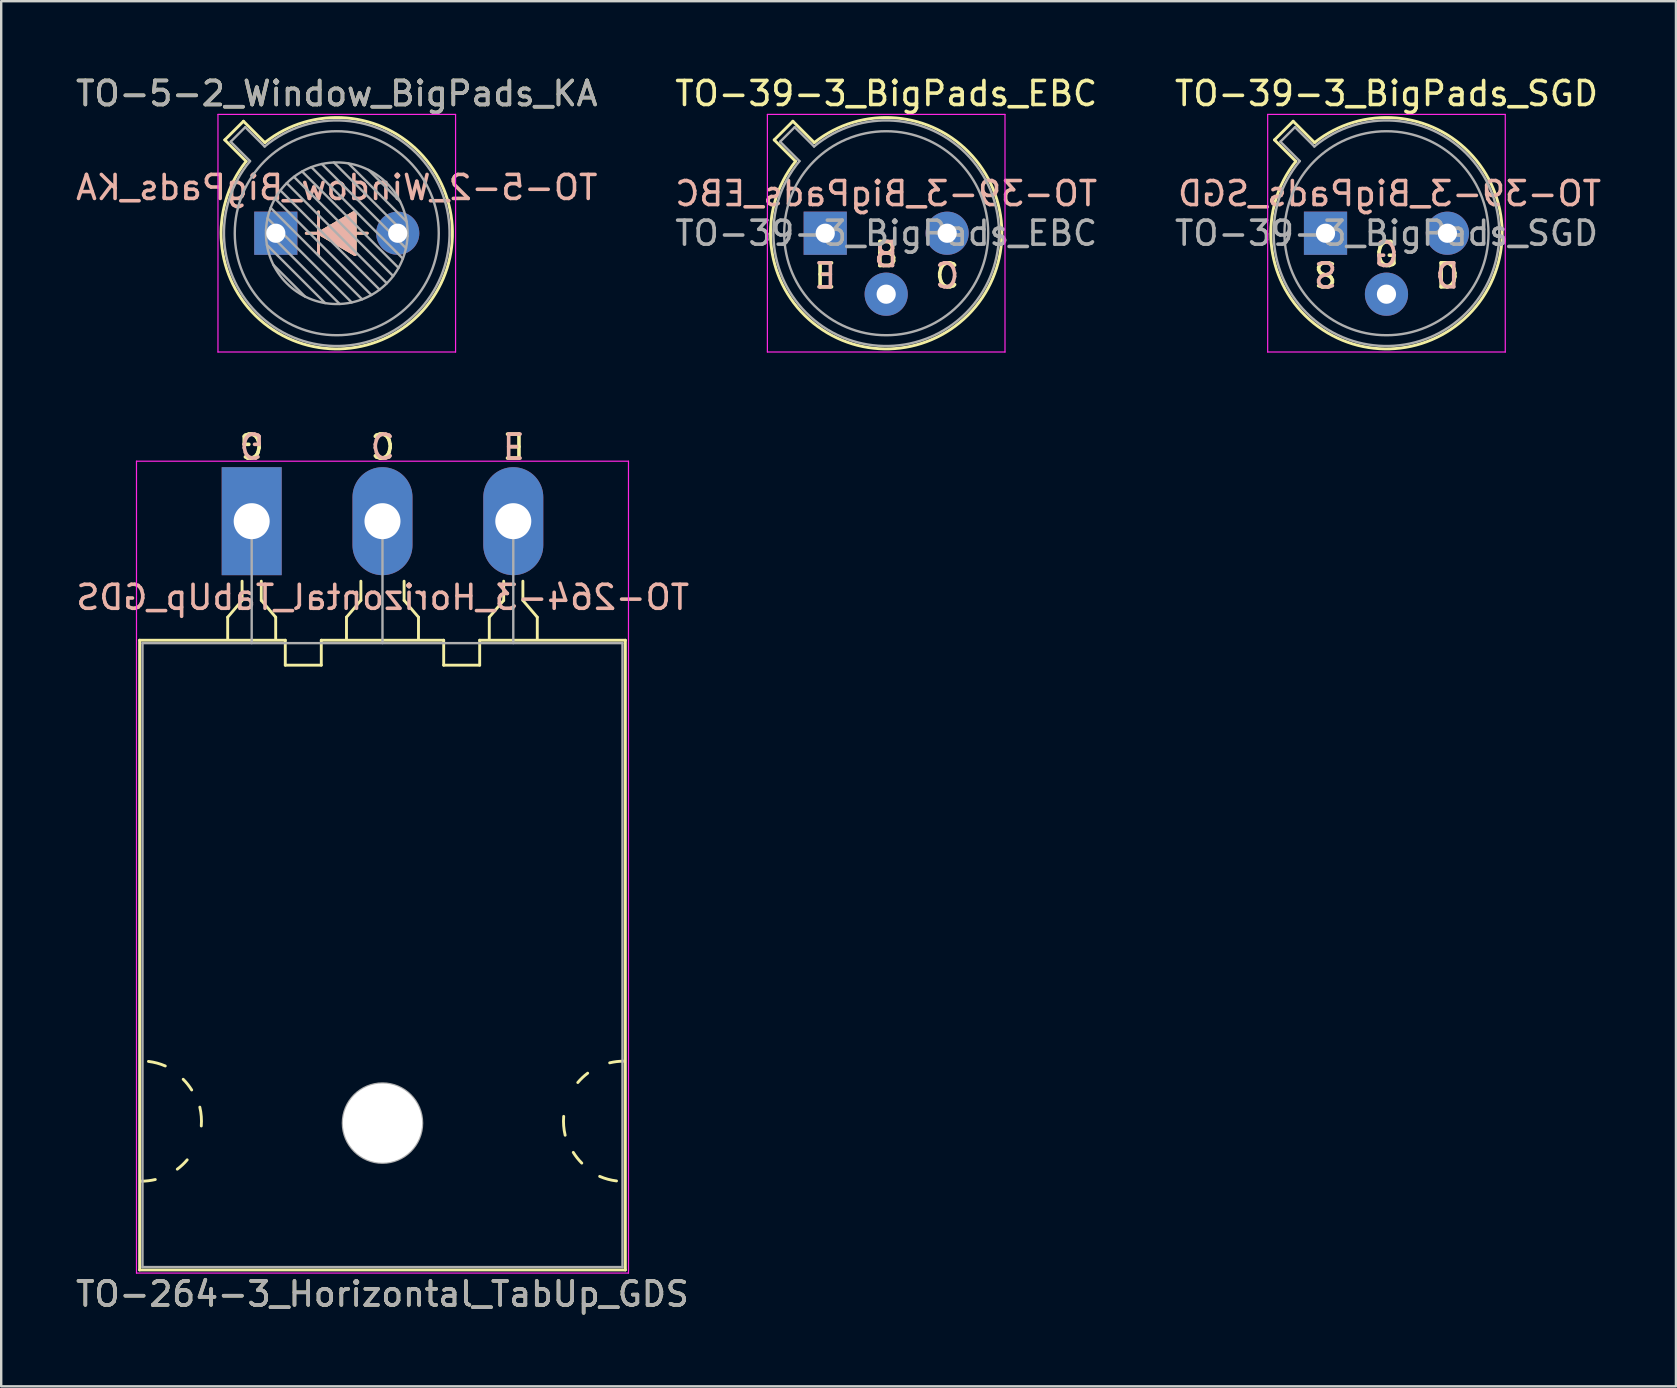
<source format=kicad_pcb>
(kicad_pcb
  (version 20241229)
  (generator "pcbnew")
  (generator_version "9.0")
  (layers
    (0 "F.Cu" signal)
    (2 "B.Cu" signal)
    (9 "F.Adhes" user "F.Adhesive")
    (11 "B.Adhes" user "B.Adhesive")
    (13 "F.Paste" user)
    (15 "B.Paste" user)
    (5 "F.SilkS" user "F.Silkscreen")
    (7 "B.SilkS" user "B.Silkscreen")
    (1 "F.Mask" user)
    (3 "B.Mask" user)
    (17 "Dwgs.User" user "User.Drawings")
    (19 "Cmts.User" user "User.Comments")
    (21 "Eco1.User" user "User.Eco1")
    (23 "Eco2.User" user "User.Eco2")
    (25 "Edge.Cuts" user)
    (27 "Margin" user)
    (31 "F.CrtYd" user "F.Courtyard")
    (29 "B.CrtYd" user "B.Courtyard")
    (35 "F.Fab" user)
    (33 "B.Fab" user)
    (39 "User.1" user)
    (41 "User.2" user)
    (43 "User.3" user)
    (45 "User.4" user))
  (footprint "TO-264-3_Horizontal_TabUp_GDS"
    (layer "F.Cu")
    (at 7.437 18.666)
    (property "Reference" "TO-264-3_Horizontal_TabUp_GDS" (at 5.45 32.2 0) (layer "F.SilkS") (effects (font (size 1 1) (thickness 0.15))))
    (fp_line (start -4.67 31.2) (end -4.67 4.96) (stroke (width 0.12) (type solid)) (layer "F.SilkS"))
    (fp_line (start -1 4) (end -1 4.9) (stroke (width 0.12) (type solid)) (layer "F.SilkS"))
    (fp_line (start -0.4 2.5) (end -0.4 3.3) (stroke (width 0.12) (type solid)) (layer "F.SilkS"))
    (fp_line (start -0.4 3.3) (end -1 4) (stroke (width 0.12) (type solid)) (layer "F.SilkS"))
    (fp_line (start 0.4 3.3) (end 0.4 2.5) (stroke (width 0.12) (type solid)) (layer "F.SilkS"))
    (fp_line (start 1 4) (end 0.4 3.3) (stroke (width 0.12) (type solid)) (layer "F.SilkS"))
    (fp_line (start 1 4.9) (end 1 4) (stroke (width 0.12) (type solid)) (layer "F.SilkS"))
    (fp_line (start 1.4 4.96) (end -4.67 4.96) (stroke (width 0.12) (type solid)) (layer "F.SilkS"))
    (fp_line (start 1.4 4.96) (end 1.4 6) (stroke (width 0.12) (type solid)) (layer "F.SilkS"))
    (fp_line (start 1.4 6) (end 2.9 6) (stroke (width 0.12) (type solid)) (layer "F.SilkS"))
    (fp_line (start 2.9 6) (end 2.9 4.96) (stroke (width 0.12) (type solid)) (layer "F.SilkS"))
    (fp_line (start 3.95 4) (end 3.95 4.9) (stroke (width 0.12) (type solid)) (layer "F.SilkS"))
    (fp_line (start 4.55 2.5) (end 4.55 3.3) (stroke (width 0.12) (type solid)) (layer "F.SilkS"))
    (fp_line (start 4.55 3.3) (end 3.95 4) (stroke (width 0.12) (type solid)) (layer "F.SilkS"))
    (fp_line (start 6.35 3.3) (end 6.35 2.5) (stroke (width 0.12) (type solid)) (layer "F.SilkS"))
    (fp_line (start 6.95 4) (end 6.35 3.3) (stroke (width 0.12) (type solid)) (layer "F.SilkS"))
    (fp_line (start 6.95 4.9) (end 6.95 4) (stroke (width 0.12) (type solid)) (layer "F.SilkS"))
    (fp_line (start 8 4.96) (end 2.9 4.96) (stroke (width 0.12) (type solid)) (layer "F.SilkS"))
    (fp_line (start 8 6) (end 8 4.96) (stroke (width 0.12) (type solid)) (layer "F.SilkS"))
    (fp_line (start 9.5 4.96) (end 9.5 6) (stroke (width 0.12) (type solid)) (layer "F.SilkS"))
    (fp_line (start 9.5 6) (end 8 6) (stroke (width 0.12) (type solid)) (layer "F.SilkS"))
    (fp_line (start 9.9 4) (end 9.9 4.9) (stroke (width 0.12) (type solid)) (layer "F.SilkS"))
    (fp_line (start 10.5 2.5) (end 10.5 3.3) (stroke (width 0.12) (type solid)) (layer "F.SilkS"))
    (fp_line (start 10.5 3.3) (end 9.9 4) (stroke (width 0.12) (type solid)) (layer "F.SilkS"))
    (fp_line (start 11.3 3.3) (end 11.3 2.5) (stroke (width 0.12) (type solid)) (layer "F.SilkS"))
    (fp_line (start 11.9 4) (end 11.3 3.3) (stroke (width 0.12) (type solid)) (layer "F.SilkS"))
    (fp_line (start 11.9 4.9) (end 11.9 4) (stroke (width 0.12) (type solid)) (layer "F.SilkS"))
    (fp_line (start 15.57 4.96) (end 9.5 4.96) (stroke (width 0.12) (type solid)) (layer "F.SilkS"))
    (fp_line (start 15.57 31.2) (end -4.67 31.2) (stroke (width 0.12) (type solid)) (layer "F.SilkS"))
    (fp_line (start 15.57 31.2) (end 15.57 4.96) (stroke (width 0.12) (type solid)) (layer "F.SilkS"))
    (fp_arc (start -4.301186 22.509879) (mid -3.943673 22.579416) (end -3.600001 22.700001) (stroke (width 0.12) (type solid)) (layer "F.SilkS"))
    (fp_arc (start -4.016568 27.430968) (mid -4.306249 27.482682) (end -4.6 27.5) (stroke (width 0.12) (type solid)) (layer "F.SilkS"))
    (fp_arc (start -2.853576 23.253576) (mid -2.663879 23.466564) (end -2.500001 23.700001) (stroke (width 0.12) (type solid)) (layer "F.SilkS"))
    (fp_arc (start -2.687722 26.610338) (mid -2.882773 26.8169) (end -3.1 26.999999) (stroke (width 0.12) (type solid)) (layer "F.SilkS"))
    (fp_arc (start -2.161266 24.414703) (mid -2.099611 24.804931) (end -2.100001 25.199999) (stroke (width 0.12) (type solid)) (layer "F.SilkS"))
    (fp_arc (start 13.061266 25.585297) (mid 12.999611 25.195069) (end 13.000001 24.800001) (stroke (width 0.12) (type solid)) (layer "F.SilkS"))
    (fp_arc (start 13.587722 23.389662) (mid 13.782773 23.1831) (end 14 23.000001) (stroke (width 0.12) (type solid)) (layer "F.SilkS"))
    (fp_arc (start 13.753576 26.746424) (mid 13.563879 26.533436) (end 13.400001 26.299999) (stroke (width 0.12) (type solid)) (layer "F.SilkS"))
    (fp_arc (start 14.916568 22.569032) (mid 15.206249 22.517318) (end 15.5 22.5) (stroke (width 0.12) (type solid)) (layer "F.SilkS"))
    (fp_arc (start 15.201186 27.490121) (mid 14.843673 27.420584) (end 14.500001 27.299999) (stroke (width 0.12) (type solid)) (layer "F.SilkS"))
    (fp_line (start -4.8 -2.5) (end -4.8 31.33) (stroke (width 0.05) (type solid)) (layer "F.CrtYd"))
    (fp_line (start -4.8 31.33) (end 15.7 31.33) (stroke (width 0.05) (type solid)) (layer "F.CrtYd"))
    (fp_line (start 15.7 -2.5) (end -4.8 -2.5) (stroke (width 0.05) (type solid)) (layer "F.CrtYd"))
    (fp_line (start 15.7 31.33) (end 15.7 -2.5) (stroke (width 0.05) (type solid)) (layer "F.CrtYd"))
    (fp_line (start -4.55 5.08) (end -4.55 31.08) (stroke (width 0.1) (type solid)) (layer "F.Fab"))
    (fp_line (start -4.55 31.08) (end 15.45 31.08) (stroke (width 0.1) (type solid)) (layer "F.Fab"))
    (fp_line (start 0 5.08) (end 0 0) (stroke (width 0.1) (type solid)) (layer "F.Fab"))
    (fp_line (start 5.45 5.08) (end 5.45 0) (stroke (width 0.1) (type solid)) (layer "F.Fab"))
    (fp_line (start 10.9 5.08) (end 10.9 0) (stroke (width 0.1) (type solid)) (layer "F.Fab"))
    (fp_line (start 15.45 5.08) (end -4.55 5.08) (stroke (width 0.1) (type solid)) (layer "F.Fab"))
    (fp_line (start 15.45 31.08) (end 15.45 5.08) (stroke (width 0.1) (type solid)) (layer "F.Fab"))
    (fp_circle (center 5.45 25.08) (end 7.1 25.08) (stroke (width 0.1) (type solid)) (fill no) (layer "F.Fab"))
    (fp_text user "C" (at 5.461 -3.175 180) (unlocked yes) (layer "F.SilkS") (effects (font (size 1 1) (thickness 0.15))))
    (fp_text user "E" (at 10.922 -3.175 180) (unlocked yes) (layer "F.SilkS") (effects (font (size 1 1) (thickness 0.15))))
    (fp_text user "G" (at 0 -3.175 180) (unlocked yes) (layer "F.SilkS") (effects (font (size 1 1) (thickness 0.15))))
    (fp_text user "${REFERENCE}" (at 5.461 3.175 0) (layer "B.SilkS") (effects (font (size 1 1) (thickness 0.15)) (justify mirror)))
    (fp_text user "E" (at 10.922 -3.175 180) (unlocked yes) (layer "B.SilkS") (effects (font (size 1 1) (thickness 0.15)) (justify mirror)))
    (fp_text user "C" (at 5.461 -3.175 180) (unlocked yes) (layer "B.SilkS") (effects (font (size 1 1) (thickness 0.15)) (justify mirror)))
    (fp_text user "G" (at 0 -3.175 180) (unlocked yes) (layer "B.SilkS") (effects (font (size 1 1) (thickness 0.15)) (justify mirror)))
    (fp_text user "${REFERENCE}" (at 5.45 32.2 0) (layer "F.Fab") (effects (font (size 1 1) (thickness 0.15))))
    (pad "" np_thru_hole oval (at 5.45 25.08) (size 3.3 3.3) (drill 3.3) (layers "*.Cu" "*.Mask"))
    (pad "1" thru_hole rect (at 0 0) (size 2.5 4.5) (drill 1.5) (layers "*.Cu" "*.Mask"))
    (pad "2" thru_hole oval (at 5.45 0) (size 2.5 4.5) (drill 1.5) (layers "*.Cu" "*.Mask"))
    (pad "3" thru_hole oval (at 10.9 0) (size 2.5 4.5) (drill 1.5) (layers "*.Cu" "*.Mask")))
  (footprint "TO-39-3_BigPads_EBC"
    (layer "F.Cu")
    (at 31.335 6.668)
    (property "Reference" "TO-39-3_BigPads_EBC" (at 2.54 -5.82 0) (layer "F.SilkS") (effects (font (size 1 1) (thickness 0.15))))
    (attr through_hole)
    (fp_line (start -2.126 -3.888) (end -1.235 -2.997) (stroke (width 0.12) (type solid)) (layer "F.SilkS"))
    (fp_line (start -1.348 -4.666) (end -2.126 -3.888) (stroke (width 0.12) (type solid)) (layer "F.SilkS"))
    (fp_line (start -0.457 -3.775) (end -1.348 -4.666) (stroke (width 0.12) (type solid)) (layer "F.SilkS"))
    (fp_arc (start -0.457084 -3.774902) (mid 5.948125 3.408384) (end -1.234674 -2.997371) (stroke (width 0.12) (type solid)) (layer "F.SilkS"))
    (fp_line (start -2.41 -4.95) (end -2.41 4.95) (stroke (width 0.05) (type solid)) (layer "F.CrtYd"))
    (fp_line (start -2.41 4.95) (end 7.49 4.95) (stroke (width 0.05) (type solid)) (layer "F.CrtYd"))
    (fp_line (start 7.49 -4.95) (end -2.41 -4.95) (stroke (width 0.05) (type solid)) (layer "F.CrtYd"))
    (fp_line (start 7.49 4.95) (end 7.49 -4.95) (stroke (width 0.05) (type solid)) (layer "F.CrtYd"))
    (fp_line (start -1.88 -3.812) (end -1.074 -3.005) (stroke (width 0.1) (type solid)) (layer "F.Fab"))
    (fp_line (start -1.272 -4.42) (end -1.88 -3.812) (stroke (width 0.1) (type solid)) (layer "F.Fab"))
    (fp_line (start -0.465 -3.614) (end -1.272 -4.42) (stroke (width 0.1) (type solid)) (layer "F.Fab"))
    (fp_arc (start -0.465408 -3.61352) (mid 5.863443 3.323361) (end -1.073594 -3.005319) (stroke (width 0.1) (type solid)) (layer "F.Fab"))
    (fp_circle (center 2.54 0) (end 6.79 0) (stroke (width 0.1) (type solid)) (fill no) (layer "F.Fab"))
    (fp_text user "E" (at 0 1.778 0) (unlocked yes) (layer "F.SilkS") (effects (font (size 1 1) (thickness 0.15))))
    (fp_text user "B" (at 2.54 0.889 0) (unlocked yes) (layer "F.SilkS") (effects (font (size 1 1) (thickness 0.15))))
    (fp_text user "C" (at 5.08 1.778 0) (unlocked yes) (layer "F.SilkS") (effects (font (size 1 1) (thickness 0.15))))
    (fp_text user "E" (at 0 1.778 0) (unlocked yes) (layer "B.SilkS") (effects (font (size 1 1) (thickness 0.15)) (justify mirror)))
    (fp_text user "B" (at 2.54 0.889 0) (unlocked yes) (layer "B.SilkS") (effects (font (size 1 1) (thickness 0.15)) (justify mirror)))
    (fp_text user "C" (at 5.08 1.778 0) (unlocked yes) (layer "B.SilkS") (effects (font (size 1 1) (thickness 0.15)) (justify mirror)))
    (fp_text user "${REFERENCE}" (at 2.54 -1.651 0) (layer "B.SilkS") (effects (font (size 1 1) (thickness 0.15)) (justify mirror)))
    (fp_text user "${REFERENCE}" (at 2.54 0 0) (layer "F.Fab") (effects (font (size 1 1) (thickness 0.15))))
    (pad "1" thru_hole rect (at 0 0) (size 1.8 1.8) (drill 0.8) (layers "*.Cu" "*.Mask"))
    (pad "2" thru_hole oval (at 2.54 2.54) (size 1.8 1.8) (drill 0.8) (layers "*.Cu" "*.Mask"))
    (pad "3" thru_hole oval (at 5.08 0) (size 1.8 1.8) (drill 0.8) (layers "*.Cu" "*.Mask")))
  (footprint "TO-39-3_BigPads_SGD"
    (layer "F.Cu")
    (at 52.18 6.668)
    (property "Reference" "TO-39-3_BigPads_SGD" (at 2.54 -5.82 0) (layer "F.SilkS") (effects (font (size 1 1) (thickness 0.15))))
    (attr through_hole)
    (fp_line (start -2.126 -3.888) (end -1.235 -2.997) (stroke (width 0.12) (type solid)) (layer "F.SilkS"))
    (fp_line (start -1.348 -4.666) (end -2.126 -3.888) (stroke (width 0.12) (type solid)) (layer "F.SilkS"))
    (fp_line (start -0.457 -3.775) (end -1.348 -4.666) (stroke (width 0.12) (type solid)) (layer "F.SilkS"))
    (fp_arc (start -0.457084 -3.774902) (mid 5.948125 3.408384) (end -1.234674 -2.997371) (stroke (width 0.12) (type solid)) (layer "F.SilkS"))
    (fp_line (start -2.41 -4.95) (end -2.41 4.95) (stroke (width 0.05) (type solid)) (layer "F.CrtYd"))
    (fp_line (start -2.41 4.95) (end 7.49 4.95) (stroke (width 0.05) (type solid)) (layer "F.CrtYd"))
    (fp_line (start 7.49 -4.95) (end -2.41 -4.95) (stroke (width 0.05) (type solid)) (layer "F.CrtYd"))
    (fp_line (start 7.49 4.95) (end 7.49 -4.95) (stroke (width 0.05) (type solid)) (layer "F.CrtYd"))
    (fp_line (start -1.88 -3.812) (end -1.074 -3.005) (stroke (width 0.1) (type solid)) (layer "F.Fab"))
    (fp_line (start -1.272 -4.42) (end -1.88 -3.812) (stroke (width 0.1) (type solid)) (layer "F.Fab"))
    (fp_line (start -0.465 -3.614) (end -1.272 -4.42) (stroke (width 0.1) (type solid)) (layer "F.Fab"))
    (fp_arc (start -0.465408 -3.61352) (mid 5.863443 3.323361) (end -1.073594 -3.005319) (stroke (width 0.1) (type solid)) (layer "F.Fab"))
    (fp_circle (center 2.54 0) (end 6.79 0) (stroke (width 0.1) (type solid)) (fill no) (layer "F.Fab"))
    (fp_text user "S" (at 0 1.778 0) (unlocked yes) (layer "F.SilkS") (effects (font (size 1 1) (thickness 0.15))))
    (fp_text user "D" (at 5.08 1.778 0) (unlocked yes) (layer "F.SilkS") (effects (font (size 1 1) (thickness 0.15))))
    (fp_text user "G" (at 2.54 0.889 0) (unlocked yes) (layer "F.SilkS") (effects (font (size 1 1) (thickness 0.15))))
    (fp_text user "${REFERENCE}" (at 2.667 -1.651 0) (layer "B.SilkS") (effects (font (size 1 1) (thickness 0.15)) (justify mirror)))
    (fp_text user "S" (at 0 1.778 0) (unlocked yes) (layer "B.SilkS") (effects (font (size 1 1) (thickness 0.15)) (justify mirror)))
    (fp_text user "G" (at 2.54 0.889 0) (unlocked yes) (layer "B.SilkS") (effects (font (size 1 1) (thickness 0.15)) (justify mirror)))
    (fp_text user "D" (at 5.08 1.778 0) (unlocked yes) (layer "B.SilkS") (effects (font (size 1 1) (thickness 0.15)) (justify mirror)))
    (fp_text user "${REFERENCE}" (at 2.54 0 0) (layer "F.Fab") (effects (font (size 1 1) (thickness 0.15))))
    (pad "1" thru_hole rect (at 0 0) (size 1.8 1.8) (drill 0.8) (layers "*.Cu" "*.Mask"))
    (pad "2" thru_hole oval (at 2.54 2.54) (size 1.8 1.8) (drill 0.8) (layers "*.Cu" "*.Mask"))
    (pad "3" thru_hole oval (at 5.08 0) (size 1.8 1.8) (drill 0.8) (layers "*.Cu" "*.Mask")))
  (footprint "TO-5-2_Window_BigPads_KA"
    (layer "F.Cu")
    (at 8.442 6.668)
    (property "Reference" "TO-5-2_Window_BigPads_KA" (at 2.54 -5.82 0) (layer "F.SilkS") (effects (font (size 1 1) (thickness 0.15))))
    (attr through_hole)
    (fp_line (start -2.126 -3.888) (end -1.235 -2.997) (stroke (width 0.12) (type solid)) (layer "F.SilkS"))
    (fp_line (start -1.348 -4.666) (end -2.126 -3.888) (stroke (width 0.12) (type solid)) (layer "F.SilkS"))
    (fp_line (start -0.457 -3.775) (end -1.348 -4.666) (stroke (width 0.12) (type solid)) (layer "F.SilkS"))
    (fp_line (start 1.778 0) (end 3.302 -0.889) (stroke (width 0.12) (type solid)) (layer "F.SilkS"))
    (fp_line (start 1.778 0.889) (end 1.778 -0.889) (stroke (width 0.12) (type solid)) (layer "F.SilkS"))
    (fp_line (start 1.905 0) (end 1.27 0) (stroke (width 0.12) (type solid)) (layer "F.SilkS"))
    (fp_line (start 3.302 -0.889) (end 3.302 0.889) (stroke (width 0.12) (type solid)) (layer "F.SilkS"))
    (fp_line (start 3.302 0.889) (end 1.778 0) (stroke (width 0.12) (type solid)) (layer "F.SilkS"))
    (fp_line (start 3.81 0) (end 3.302 0) (stroke (width 0.12) (type solid)) (layer "F.SilkS"))
    (fp_arc (start -0.457084 -3.774902) (mid 5.948125 3.408384) (end -1.234674 -2.997371) (stroke (width 0.12) (type solid)) (layer "F.SilkS"))
    (fp_poly (pts (xy 1.778 0) (xy 3.302 -0.889) (xy 3.302 0.889)) (stroke (width 0.1) (type solid)) (fill yes) (layer "F.SilkS"))
    (fp_line (start 1.778 -0.889) (end 1.778 0.889) (stroke (width 0.12) (type solid)) (layer "B.SilkS"))
    (fp_line (start 1.778 0) (end 3.302 0.889) (stroke (width 0.12) (type solid)) (layer "B.SilkS"))
    (fp_line (start 1.905 0) (end 1.27 0) (stroke (width 0.12) (type solid)) (layer "B.SilkS"))
    (fp_line (start 3.302 -0.889) (end 1.778 0) (stroke (width 0.12) (type solid)) (layer "B.SilkS"))
    (fp_line (start 3.302 0.889) (end 3.302 -0.889) (stroke (width 0.12) (type solid)) (layer "B.SilkS"))
    (fp_line (start 3.81 0) (end 3.175 0) (stroke (width 0.12) (type solid)) (layer "B.SilkS"))
    (fp_poly (pts (xy 1.778 0) (xy 3.302 0.889) (xy 3.302 -0.889)) (stroke (width 0.1) (type solid)) (fill yes) (layer "B.SilkS"))
    (fp_line (start -2.41 -4.95) (end -2.41 4.95) (stroke (width 0.05) (type solid)) (layer "F.CrtYd"))
    (fp_line (start -2.41 4.95) (end 7.49 4.95) (stroke (width 0.05) (type solid)) (layer "F.CrtYd"))
    (fp_line (start 7.49 -4.95) (end -2.41 -4.95) (stroke (width 0.05) (type solid)) (layer "F.CrtYd"))
    (fp_line (start 7.49 4.95) (end 7.49 -4.95) (stroke (width 0.05) (type solid)) (layer "F.CrtYd"))
    (fp_line (start -1.88 -3.812) (end -1.074 -3.005) (stroke (width 0.1) (type solid)) (layer "F.Fab"))
    (fp_line (start -1.272 -4.42) (end -1.88 -3.812) (stroke (width 0.1) (type solid)) (layer "F.Fab"))
    (fp_line (start -0.465 -3.614) (end -1.272 -4.42) (stroke (width 0.1) (type solid)) (layer "F.Fab"))
    (fp_line (start -0.408 -0.12) (end 2.66 2.948) (stroke (width 0.1) (type solid)) (layer "F.Fab"))
    (fp_line (start -0.371 0.485) (end 2.055 2.911) (stroke (width 0.1) (type solid)) (layer "F.Fab"))
    (fp_line (start -0.344 -0.622) (end 3.162 2.884) (stroke (width 0.1) (type solid)) (layer "F.Fab"))
    (fp_line (start -0.215 -1.058) (end 3.598 2.755) (stroke (width 0.1) (type solid)) (layer "F.Fab"))
    (fp_line (start -0.097 1.324) (end 1.216 2.637) (stroke (width 0.1) (type solid)) (layer "F.Fab"))
    (fp_line (start -0.034 -1.443) (end 3.983 2.574) (stroke (width 0.1) (type solid)) (layer "F.Fab"))
    (fp_line (start 0.19 -1.784) (end 4.324 2.35) (stroke (width 0.1) (type solid)) (layer "F.Fab"))
    (fp_line (start 0.454 -2.086) (end 4.626 2.086) (stroke (width 0.1) (type solid)) (layer "F.Fab"))
    (fp_line (start 0.756 -2.35) (end 4.89 1.784) (stroke (width 0.1) (type solid)) (layer "F.Fab"))
    (fp_line (start 1.097 -2.574) (end 5.114 1.443) (stroke (width 0.1) (type solid)) (layer "F.Fab"))
    (fp_line (start 1.482 -2.755) (end 5.295 1.058) (stroke (width 0.1) (type solid)) (layer "F.Fab"))
    (fp_line (start 1.918 -2.884) (end 5.424 0.622) (stroke (width 0.1) (type solid)) (layer "F.Fab"))
    (fp_line (start 2.42 -2.948) (end 5.488 0.12) (stroke (width 0.1) (type solid)) (layer "F.Fab"))
    (fp_line (start 3.025 -2.911) (end 5.451 -0.485) (stroke (width 0.1) (type solid)) (layer "F.Fab"))
    (fp_line (start 3.864 -2.637) (end 5.177 -1.324) (stroke (width 0.1) (type solid)) (layer "F.Fab"))
    (fp_arc (start -0.465408 -3.61352) (mid 5.863443 3.323361) (end -1.073594 -3.005319) (stroke (width 0.1) (type solid)) (layer "F.Fab"))
    (fp_circle (center 2.54 0) (end 5.49 0) (stroke (width 0.1) (type solid)) (fill no) (layer "F.Fab"))
    (fp_circle (center 2.54 0) (end 6.79 0) (stroke (width 0.1) (type solid)) (fill no) (layer "F.Fab"))
    (fp_text user "${REFERENCE}" (at 2.54 -1.905 0) (layer "B.SilkS") (effects (font (size 1 1) (thickness 0.15)) (justify mirror)))
    (fp_text user "${REFERENCE}" (at 2.54 -5.82 0) (layer "F.Fab") (effects (font (size 1 1) (thickness 0.15))))
    (pad "1" thru_hole rect (at 0 0) (size 1.8 1.8) (drill 0.8) (layers "*.Cu" "*.Mask"))
    (pad "2" thru_hole oval (at 5.08 0) (size 1.8 1.8) (drill 0.8) (layers "*.Cu" "*.Mask")))
  (gr_rect
    (start -3 -3)
    (end 66.782 54.715)
    (stroke (width 0.1) (type default))
    (fill no)
    (layer "Edge.Cuts")))
</source>
